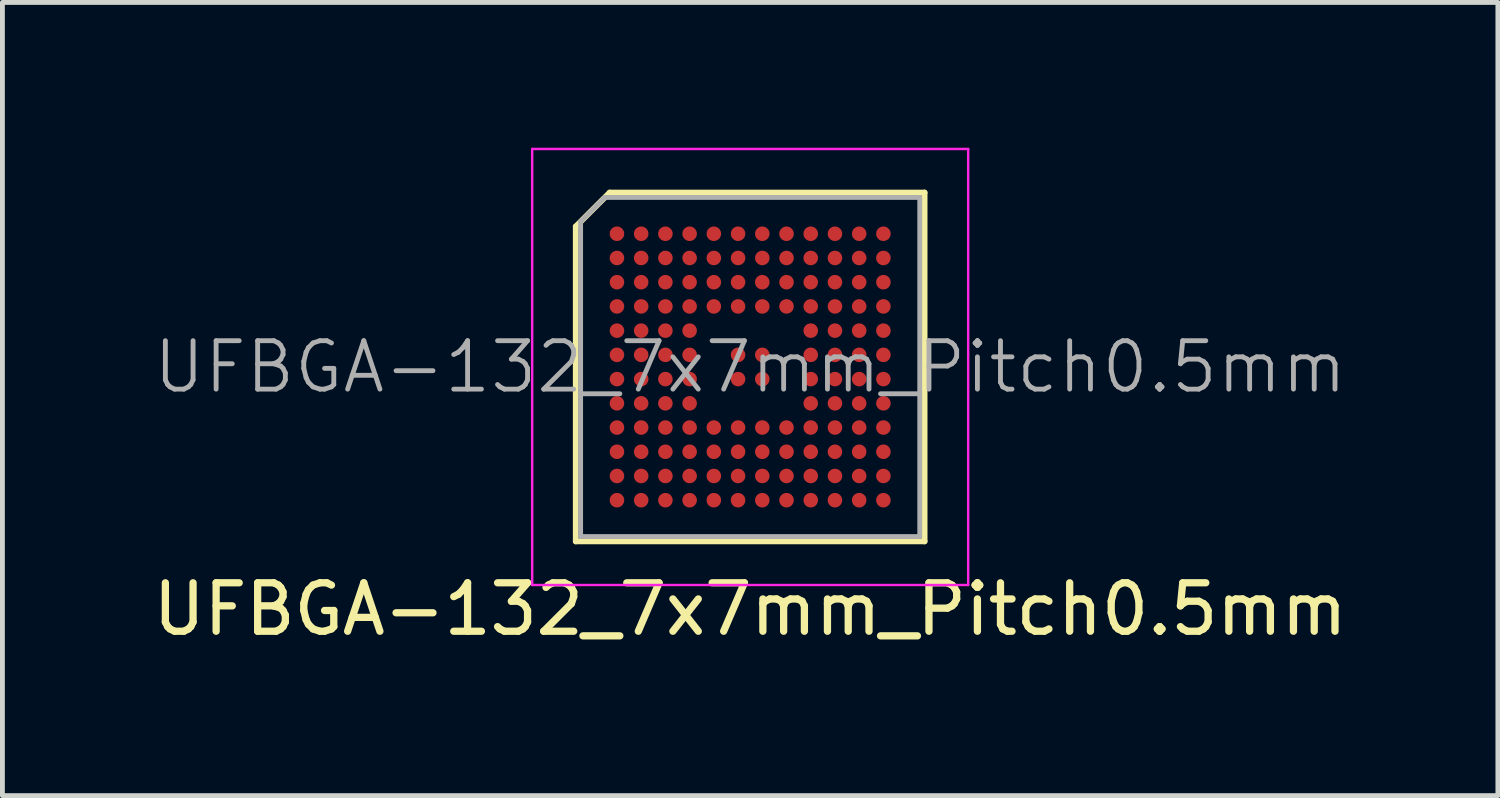
<source format=kicad_pcb>
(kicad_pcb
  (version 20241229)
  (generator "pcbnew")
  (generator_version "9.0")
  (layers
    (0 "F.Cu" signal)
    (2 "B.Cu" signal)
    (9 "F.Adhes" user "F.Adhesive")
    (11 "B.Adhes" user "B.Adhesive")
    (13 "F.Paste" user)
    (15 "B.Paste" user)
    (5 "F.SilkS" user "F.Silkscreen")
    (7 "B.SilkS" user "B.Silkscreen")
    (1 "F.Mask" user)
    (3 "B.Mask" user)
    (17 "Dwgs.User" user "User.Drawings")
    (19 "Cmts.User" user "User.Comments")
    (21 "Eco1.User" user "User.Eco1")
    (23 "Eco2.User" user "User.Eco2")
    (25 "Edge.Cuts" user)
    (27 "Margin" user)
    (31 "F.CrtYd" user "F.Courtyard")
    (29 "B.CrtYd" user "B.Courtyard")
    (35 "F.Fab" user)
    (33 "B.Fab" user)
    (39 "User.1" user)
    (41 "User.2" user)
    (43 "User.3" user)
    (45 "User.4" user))
  (footprint "UFBGA-132_7x7mm_Pitch0.5mm"
    (layer "F.Cu")
    (at 12.435 4.525)
    (property "Reference" "UFBGA-132_7x7mm_Pitch0.5mm" (at 0 5 0) (layer "F.SilkS") (effects (font (size 1 1) (thickness 0.15))))
    (attr smd)
    (fp_line (start -3.6 3.6) (end -3.6 -2.9) (stroke (width 0.12) (type solid)) (layer "F.SilkS"))
    (fp_line (start -2.9 -3.6) (end -3.6 -2.9) (stroke (width 0.12) (type solid)) (layer "F.SilkS"))
    (fp_line (start -2.9 -3.6) (end 3.6 -3.6) (stroke (width 0.12) (type solid)) (layer "F.SilkS"))
    (fp_line (start 3.6 -3.6) (end 3.6 3.6) (stroke (width 0.12) (type solid)) (layer "F.SilkS"))
    (fp_line (start 3.6 3.6) (end -3.6 3.6) (stroke (width 0.12) (type solid)) (layer "F.SilkS"))
    (fp_circle (center -3.75 -3.75) (end -3.65 -3.75) (stroke (width 0.2) (type solid)) (fill no) (layer "B.Paste"))
    (fp_line (start -4.5 -4.5) (end 4.5 -4.5) (stroke (width 0.05) (type solid)) (layer "F.CrtYd"))
    (fp_line (start -4.5 4.5) (end -4.5 -4.5) (stroke (width 0.05) (type solid)) (layer "F.CrtYd"))
    (fp_line (start 4.5 -4.5) (end 4.5 4.5) (stroke (width 0.05) (type solid)) (layer "F.CrtYd"))
    (fp_line (start 4.5 4.5) (end -4.5 4.5) (stroke (width 0.05) (type solid)) (layer "F.CrtYd"))
    (fp_line (start -3.5 3.5) (end -3.5 -3) (stroke (width 0.1) (type solid)) (layer "F.Fab"))
    (fp_line (start -3 -3.5) (end -3.5 -3) (stroke (width 0.1) (type solid)) (layer "F.Fab"))
    (fp_line (start -3 -3.5) (end 3.5 -3.5) (stroke (width 0.1) (type solid)) (layer "F.Fab"))
    (fp_line (start 3.5 -3.5) (end 3.5 3.5) (stroke (width 0.1) (type solid)) (layer "F.Fab"))
    (fp_line (start 3.5 3.5) (end -3.5 3.5) (stroke (width 0.1) (type solid)) (layer "F.Fab"))
    (fp_text user "${REFERENCE}" (at 0 0 0) (layer "F.Fab") (effects (font (size 1 1) (thickness 0.1))))
    (pad "A1" smd circle (at -2.75 -2.75) (size 0.3 0.3) (layers "F.Cu" "F.Mask" "F.Paste"))
    (pad "A2" smd circle (at -2.25 -2.75) (size 0.3 0.3) (layers "F.Cu" "F.Mask" "F.Paste"))
    (pad "A3" smd circle (at -1.75 -2.75) (size 0.3 0.3) (layers "F.Cu" "F.Mask" "F.Paste"))
    (pad "A4" smd circle (at -1.25 -2.75) (size 0.3 0.3) (layers "F.Cu" "F.Mask" "F.Paste"))
    (pad "A5" smd circle (at -0.75 -2.75) (size 0.3 0.3) (layers "F.Cu" "F.Mask" "F.Paste"))
    (pad "A6" smd circle (at -0.25 -2.75) (size 0.3 0.3) (layers "F.Cu" "F.Mask" "F.Paste"))
    (pad "A7" smd circle (at 0.25 -2.75) (size 0.3 0.3) (layers "F.Cu" "F.Mask" "F.Paste"))
    (pad "A8" smd circle (at 0.75 -2.75) (size 0.3 0.3) (layers "F.Cu" "F.Mask" "F.Paste"))
    (pad "A9" smd circle (at 1.25 -2.75) (size 0.3 0.3) (layers "F.Cu" "F.Mask" "F.Paste"))
    (pad "A10" smd circle (at 1.75 -2.75) (size 0.3 0.3) (layers "F.Cu" "F.Mask" "F.Paste"))
    (pad "A11" smd circle (at 2.25 -2.75) (size 0.3 0.3) (layers "F.Cu" "F.Mask" "F.Paste"))
    (pad "A12" smd circle (at 2.75 -2.75) (size 0.3 0.3) (layers "F.Cu" "F.Mask" "F.Paste"))
    (pad "B1" smd circle (at -2.75 -2.25) (size 0.3 0.3) (layers "F.Cu" "F.Mask" "F.Paste"))
    (pad "B2" smd circle (at -2.25 -2.25) (size 0.3 0.3) (layers "F.Cu" "F.Mask" "F.Paste"))
    (pad "B3" smd circle (at -1.75 -2.25) (size 0.3 0.3) (layers "F.Cu" "F.Mask" "F.Paste"))
    (pad "B4" smd circle (at -1.25 -2.25) (size 0.3 0.3) (layers "F.Cu" "F.Mask" "F.Paste"))
    (pad "B5" smd circle (at -0.75 -2.25) (size 0.3 0.3) (layers "F.Cu" "F.Mask" "F.Paste"))
    (pad "B6" smd circle (at -0.25 -2.25) (size 0.3 0.3) (layers "F.Cu" "F.Mask" "F.Paste"))
    (pad "B7" smd circle (at 0.25 -2.25) (size 0.3 0.3) (layers "F.Cu" "F.Mask" "F.Paste"))
    (pad "B8" smd circle (at 0.75 -2.25) (size 0.3 0.3) (layers "F.Cu" "F.Mask" "F.Paste"))
    (pad "B9" smd circle (at 1.25 -2.25) (size 0.3 0.3) (layers "F.Cu" "F.Mask" "F.Paste"))
    (pad "B10" smd circle (at 1.75 -2.25) (size 0.3 0.3) (layers "F.Cu" "F.Mask" "F.Paste"))
    (pad "B11" smd circle (at 2.25 -2.25) (size 0.3 0.3) (layers "F.Cu" "F.Mask" "F.Paste"))
    (pad "B12" smd circle (at 2.75 -2.25) (size 0.3 0.3) (layers "F.Cu" "F.Mask" "F.Paste"))
    (pad "C1" smd circle (at -2.75 -1.75) (size 0.3 0.3) (layers "F.Cu" "F.Mask" "F.Paste"))
    (pad "C2" smd circle (at -2.25 -1.75) (size 0.3 0.3) (layers "F.Cu" "F.Mask" "F.Paste"))
    (pad "C3" smd circle (at -1.75 -1.75) (size 0.3 0.3) (layers "F.Cu" "F.Mask" "F.Paste"))
    (pad "C4" smd circle (at -1.25 -1.75) (size 0.3 0.3) (layers "F.Cu" "F.Mask" "F.Paste"))
    (pad "C5" smd circle (at -0.75 -1.75) (size 0.3 0.3) (layers "F.Cu" "F.Mask" "F.Paste"))
    (pad "C6" smd circle (at -0.25 -1.75) (size 0.3 0.3) (layers "F.Cu" "F.Mask" "F.Paste"))
    (pad "C7" smd circle (at 0.25 -1.75) (size 0.3 0.3) (layers "F.Cu" "F.Mask" "F.Paste"))
    (pad "C8" smd circle (at 0.75 -1.75) (size 0.3 0.3) (layers "F.Cu" "F.Mask" "F.Paste"))
    (pad "C9" smd circle (at 1.25 -1.75) (size 0.3 0.3) (layers "F.Cu" "F.Mask" "F.Paste"))
    (pad "C10" smd circle (at 1.75 -1.75) (size 0.3 0.3) (layers "F.Cu" "F.Mask" "F.Paste"))
    (pad "C11" smd circle (at 2.25 -1.75) (size 0.3 0.3) (layers "F.Cu" "F.Mask" "F.Paste"))
    (pad "C12" smd circle (at 2.75 -1.75) (size 0.3 0.3) (layers "F.Cu" "F.Mask" "F.Paste"))
    (pad "D1" smd circle (at -2.75 -1.25) (size 0.3 0.3) (layers "F.Cu" "F.Mask" "F.Paste"))
    (pad "D2" smd circle (at -2.25 -1.25) (size 0.3 0.3) (layers "F.Cu" "F.Mask" "F.Paste"))
    (pad "D3" smd circle (at -1.75 -1.25) (size 0.3 0.3) (layers "F.Cu" "F.Mask" "F.Paste"))
    (pad "D4" smd circle (at -1.25 -1.25) (size 0.3 0.3) (layers "F.Cu" "F.Mask" "F.Paste"))
    (pad "D5" smd circle (at -0.75 -1.25) (size 0.3 0.3) (layers "F.Cu" "F.Mask" "F.Paste"))
    (pad "D6" smd circle (at -0.25 -1.25) (size 0.3 0.3) (layers "F.Cu" "F.Mask" "F.Paste"))
    (pad "D7" smd circle (at 0.25 -1.25) (size 0.3 0.3) (layers "F.Cu" "F.Mask" "F.Paste"))
    (pad "D8" smd circle (at 0.75 -1.25) (size 0.3 0.3) (layers "F.Cu" "F.Mask" "F.Paste"))
    (pad "D9" smd circle (at 1.25 -1.25) (size 0.3 0.3) (layers "F.Cu" "F.Mask" "F.Paste"))
    (pad "D10" smd circle (at 1.75 -1.25) (size 0.3 0.3) (layers "F.Cu" "F.Mask" "F.Paste"))
    (pad "D11" smd circle (at 2.25 -1.25) (size 0.3 0.3) (layers "F.Cu" "F.Mask" "F.Paste"))
    (pad "D12" smd circle (at 2.75 -1.25) (size 0.3 0.3) (layers "F.Cu" "F.Mask" "F.Paste"))
    (pad "E1" smd circle (at -2.75 -0.75) (size 0.3 0.3) (layers "F.Cu" "F.Mask" "F.Paste"))
    (pad "E2" smd circle (at -2.25 -0.75) (size 0.3 0.3) (layers "F.Cu" "F.Mask" "F.Paste"))
    (pad "E3" smd circle (at -1.75 -0.75) (size 0.3 0.3) (layers "F.Cu" "F.Mask" "F.Paste"))
    (pad "E4" smd circle (at -1.25 -0.75) (size 0.3 0.3) (layers "F.Cu" "F.Mask" "F.Paste"))
    (pad "E9" smd circle (at 1.25 -0.75) (size 0.3 0.3) (layers "F.Cu" "F.Mask" "F.Paste"))
    (pad "E10" smd circle (at 1.75 -0.75) (size 0.3 0.3) (layers "F.Cu" "F.Mask" "F.Paste"))
    (pad "E11" smd circle (at 2.25 -0.75) (size 0.3 0.3) (layers "F.Cu" "F.Mask" "F.Paste"))
    (pad "E12" smd circle (at 2.75 -0.75) (size 0.3 0.3) (layers "F.Cu" "F.Mask" "F.Paste"))
    (pad "F1" smd circle (at -2.75 -0.25) (size 0.3 0.3) (layers "F.Cu" "F.Mask" "F.Paste"))
    (pad "F2" smd circle (at -2.25 -0.25) (size 0.3 0.3) (layers "F.Cu" "F.Mask" "F.Paste"))
    (pad "F3" smd circle (at -1.75 -0.25) (size 0.3 0.3) (layers "F.Cu" "F.Mask" "F.Paste"))
    (pad "F4" smd circle (at -1.25 -0.25) (size 0.3 0.3) (layers "F.Cu" "F.Mask" "F.Paste"))
    (pad "F6" smd circle (at -0.25 -0.25) (size 0.3 0.3) (layers "F.Cu" "F.Mask" "F.Paste"))
    (pad "F7" smd circle (at 0.25 -0.25) (size 0.3 0.3) (layers "F.Cu" "F.Mask" "F.Paste"))
    (pad "F9" smd circle (at 1.25 -0.25) (size 0.3 0.3) (layers "F.Cu" "F.Mask" "F.Paste"))
    (pad "F10" smd circle (at 1.75 -0.25) (size 0.3 0.3) (layers "F.Cu" "F.Mask" "F.Paste"))
    (pad "F11" smd circle (at 2.25 -0.25) (size 0.3 0.3) (layers "F.Cu" "F.Mask" "F.Paste"))
    (pad "F12" smd circle (at 2.75 -0.25) (size 0.3 0.3) (layers "F.Cu" "F.Mask" "F.Paste"))
    (pad "G1" smd circle (at -2.75 0.25) (size 0.3 0.3) (layers "F.Cu" "F.Mask" "F.Paste"))
    (pad "G2" smd circle (at -2.25 0.25) (size 0.3 0.3) (layers "F.Cu" "F.Mask" "F.Paste"))
    (pad "G3" smd circle (at -1.75 0.25) (size 0.3 0.3) (layers "F.Cu" "F.Mask" "F.Paste"))
    (pad "G4" smd circle (at -1.25 0.25) (size 0.3 0.3) (layers "F.Cu" "F.Mask" "F.Paste"))
    (pad "G6" smd circle (at -0.25 0.25) (size 0.3 0.3) (layers "F.Cu" "F.Mask" "F.Paste"))
    (pad "G7" smd circle (at 0.25 0.25) (size 0.3 0.3) (layers "F.Cu" "F.Mask" "F.Paste"))
    (pad "G9" smd circle (at 1.25 0.25) (size 0.3 0.3) (layers "F.Cu" "F.Mask" "F.Paste"))
    (pad "G10" smd circle (at 1.75 0.25) (size 0.3 0.3) (layers "F.Cu" "F.Mask" "F.Paste"))
    (pad "G11" smd circle (at 2.25 0.25) (size 0.3 0.3) (layers "F.Cu" "F.Mask" "F.Paste"))
    (pad "G12" smd circle (at 2.75 0.25) (size 0.3 0.3) (layers "F.Cu" "F.Mask" "F.Paste"))
    (pad "H1" smd circle (at -2.75 0.75) (size 0.3 0.3) (layers "F.Cu" "F.Mask" "F.Paste"))
    (pad "H2" smd circle (at -2.25 0.75) (size 0.3 0.3) (layers "F.Cu" "F.Mask" "F.Paste"))
    (pad "H3" smd circle (at -1.75 0.75) (size 0.3 0.3) (layers "F.Cu" "F.Mask" "F.Paste"))
    (pad "H4" smd circle (at -1.25 0.75) (size 0.3 0.3) (layers "F.Cu" "F.Mask" "F.Paste"))
    (pad "H9" smd circle (at 1.25 0.75) (size 0.3 0.3) (layers "F.Cu" "F.Mask" "F.Paste"))
    (pad "H10" smd circle (at 1.75 0.75) (size 0.3 0.3) (layers "F.Cu" "F.Mask" "F.Paste"))
    (pad "H11" smd circle (at 2.25 0.75) (size 0.3 0.3) (layers "F.Cu" "F.Mask" "F.Paste"))
    (pad "H12" smd circle (at 2.75 0.75) (size 0.3 0.3) (layers "F.Cu" "F.Mask" "F.Paste"))
    (pad "J1" smd circle (at -2.75 1.25) (size 0.3 0.3) (layers "F.Cu" "F.Mask" "F.Paste"))
    (pad "J2" smd circle (at -2.25 1.25) (size 0.3 0.3) (layers "F.Cu" "F.Mask" "F.Paste"))
    (pad "J3" smd circle (at -1.75 1.25) (size 0.3 0.3) (layers "F.Cu" "F.Mask" "F.Paste"))
    (pad "J4" smd circle (at -1.25 1.25) (size 0.3 0.3) (layers "F.Cu" "F.Mask" "F.Paste"))
    (pad "J5" smd circle (at -0.75 1.25) (size 0.3 0.3) (layers "F.Cu" "F.Mask" "F.Paste"))
    (pad "J6" smd circle (at -0.25 1.25) (size 0.3 0.3) (layers "F.Cu" "F.Mask" "F.Paste"))
    (pad "J7" smd circle (at 0.25 1.25) (size 0.3 0.3) (layers "F.Cu" "F.Mask" "F.Paste"))
    (pad "J8" smd circle (at 0.75 1.25) (size 0.3 0.3) (layers "F.Cu" "F.Mask" "F.Paste"))
    (pad "J9" smd circle (at 1.25 1.25) (size 0.3 0.3) (layers "F.Cu" "F.Mask" "F.Paste"))
    (pad "J10" smd circle (at 1.75 1.25) (size 0.3 0.3) (layers "F.Cu" "F.Mask" "F.Paste"))
    (pad "J11" smd circle (at 2.25 1.25) (size 0.3 0.3) (layers "F.Cu" "F.Mask" "F.Paste"))
    (pad "J12" smd circle (at 2.75 1.25) (size 0.3 0.3) (layers "F.Cu" "F.Mask" "F.Paste"))
    (pad "K1" smd circle (at -2.75 1.75) (size 0.3 0.3) (layers "F.Cu" "F.Mask" "F.Paste"))
    (pad "K2" smd circle (at -2.25 1.75) (size 0.3 0.3) (layers "F.Cu" "F.Mask" "F.Paste"))
    (pad "K3" smd circle (at -1.75 1.75) (size 0.3 0.3) (layers "F.Cu" "F.Mask" "F.Paste"))
    (pad "K4" smd circle (at -1.25 1.75) (size 0.3 0.3) (layers "F.Cu" "F.Mask" "F.Paste"))
    (pad "K5" smd circle (at -0.75 1.75) (size 0.3 0.3) (layers "F.Cu" "F.Mask" "F.Paste"))
    (pad "K6" smd circle (at -0.25 1.75) (size 0.3 0.3) (layers "F.Cu" "F.Mask" "F.Paste"))
    (pad "K7" smd circle (at 0.25 1.75) (size 0.3 0.3) (layers "F.Cu" "F.Mask" "F.Paste"))
    (pad "K8" smd circle (at 0.75 1.75) (size 0.3 0.3) (layers "F.Cu" "F.Mask" "F.Paste"))
    (pad "K9" smd circle (at 1.25 1.75) (size 0.3 0.3) (layers "F.Cu" "F.Mask" "F.Paste"))
    (pad "K10" smd circle (at 1.75 1.75) (size 0.3 0.3) (layers "F.Cu" "F.Mask" "F.Paste"))
    (pad "K11" smd circle (at 2.25 1.75) (size 0.3 0.3) (layers "F.Cu" "F.Mask" "F.Paste"))
    (pad "K12" smd circle (at 2.75 1.75) (size 0.3 0.3) (layers "F.Cu" "F.Mask" "F.Paste"))
    (pad "L1" smd circle (at -2.75 2.25) (size 0.3 0.3) (layers "F.Cu" "F.Mask" "F.Paste"))
    (pad "L2" smd circle (at -2.25 2.25) (size 0.3 0.3) (layers "F.Cu" "F.Mask" "F.Paste"))
    (pad "L3" smd circle (at -1.75 2.25) (size 0.3 0.3) (layers "F.Cu" "F.Mask" "F.Paste"))
    (pad "L4" smd circle (at -1.25 2.25) (size 0.3 0.3) (layers "F.Cu" "F.Mask" "F.Paste"))
    (pad "L5" smd circle (at -0.75 2.25) (size 0.3 0.3) (layers "F.Cu" "F.Mask" "F.Paste"))
    (pad "L6" smd circle (at -0.25 2.25) (size 0.3 0.3) (layers "F.Cu" "F.Mask" "F.Paste"))
    (pad "L7" smd circle (at 0.25 2.25) (size 0.3 0.3) (layers "F.Cu" "F.Mask" "F.Paste"))
    (pad "L8" smd circle (at 0.75 2.25) (size 0.3 0.3) (layers "F.Cu" "F.Mask" "F.Paste"))
    (pad "L9" smd circle (at 1.25 2.25) (size 0.3 0.3) (layers "F.Cu" "F.Mask" "F.Paste"))
    (pad "L10" smd circle (at 1.75 2.25) (size 0.3 0.3) (layers "F.Cu" "F.Mask" "F.Paste"))
    (pad "L11" smd circle (at 2.25 2.25) (size 0.3 0.3) (layers "F.Cu" "F.Mask" "F.Paste"))
    (pad "L12" smd circle (at 2.75 2.25) (size 0.3 0.3) (layers "F.Cu" "F.Mask" "F.Paste"))
    (pad "M1" smd circle (at -2.75 2.75) (size 0.3 0.3) (layers "F.Cu" "F.Mask" "F.Paste"))
    (pad "M2" smd circle (at -2.25 2.75) (size 0.3 0.3) (layers "F.Cu" "F.Mask" "F.Paste"))
    (pad "M3" smd circle (at -1.75 2.75) (size 0.3 0.3) (layers "F.Cu" "F.Mask" "F.Paste"))
    (pad "M4" smd circle (at -1.25 2.75) (size 0.3 0.3) (layers "F.Cu" "F.Mask" "F.Paste"))
    (pad "M5" smd circle (at -0.75 2.75) (size 0.3 0.3) (layers "F.Cu" "F.Mask" "F.Paste"))
    (pad "M6" smd circle (at -0.25 2.75) (size 0.3 0.3) (layers "F.Cu" "F.Mask" "F.Paste"))
    (pad "M7" smd circle (at 0.25 2.75) (size 0.3 0.3) (layers "F.Cu" "F.Mask" "F.Paste"))
    (pad "M8" smd circle (at 0.75 2.75) (size 0.3 0.3) (layers "F.Cu" "F.Mask" "F.Paste"))
    (pad "M9" smd circle (at 1.25 2.75) (size 0.3 0.3) (layers "F.Cu" "F.Mask" "F.Paste"))
    (pad "M10" smd circle (at 1.75 2.75) (size 0.3 0.3) (layers "F.Cu" "F.Mask" "F.Paste"))
    (pad "M11" smd circle (at 2.25 2.75) (size 0.3 0.3) (layers "F.Cu" "F.Mask" "F.Paste"))
    (pad "M12" smd circle (at 2.75 2.75) (size 0.3 0.3) (layers "F.Cu" "F.Mask" "F.Paste")))
  (gr_rect
    (start -3 -3)
    (end 27.869 13.373)
    (stroke (width 0.1) (type default))
    (fill no)
    (layer "Edge.Cuts")))
</source>
